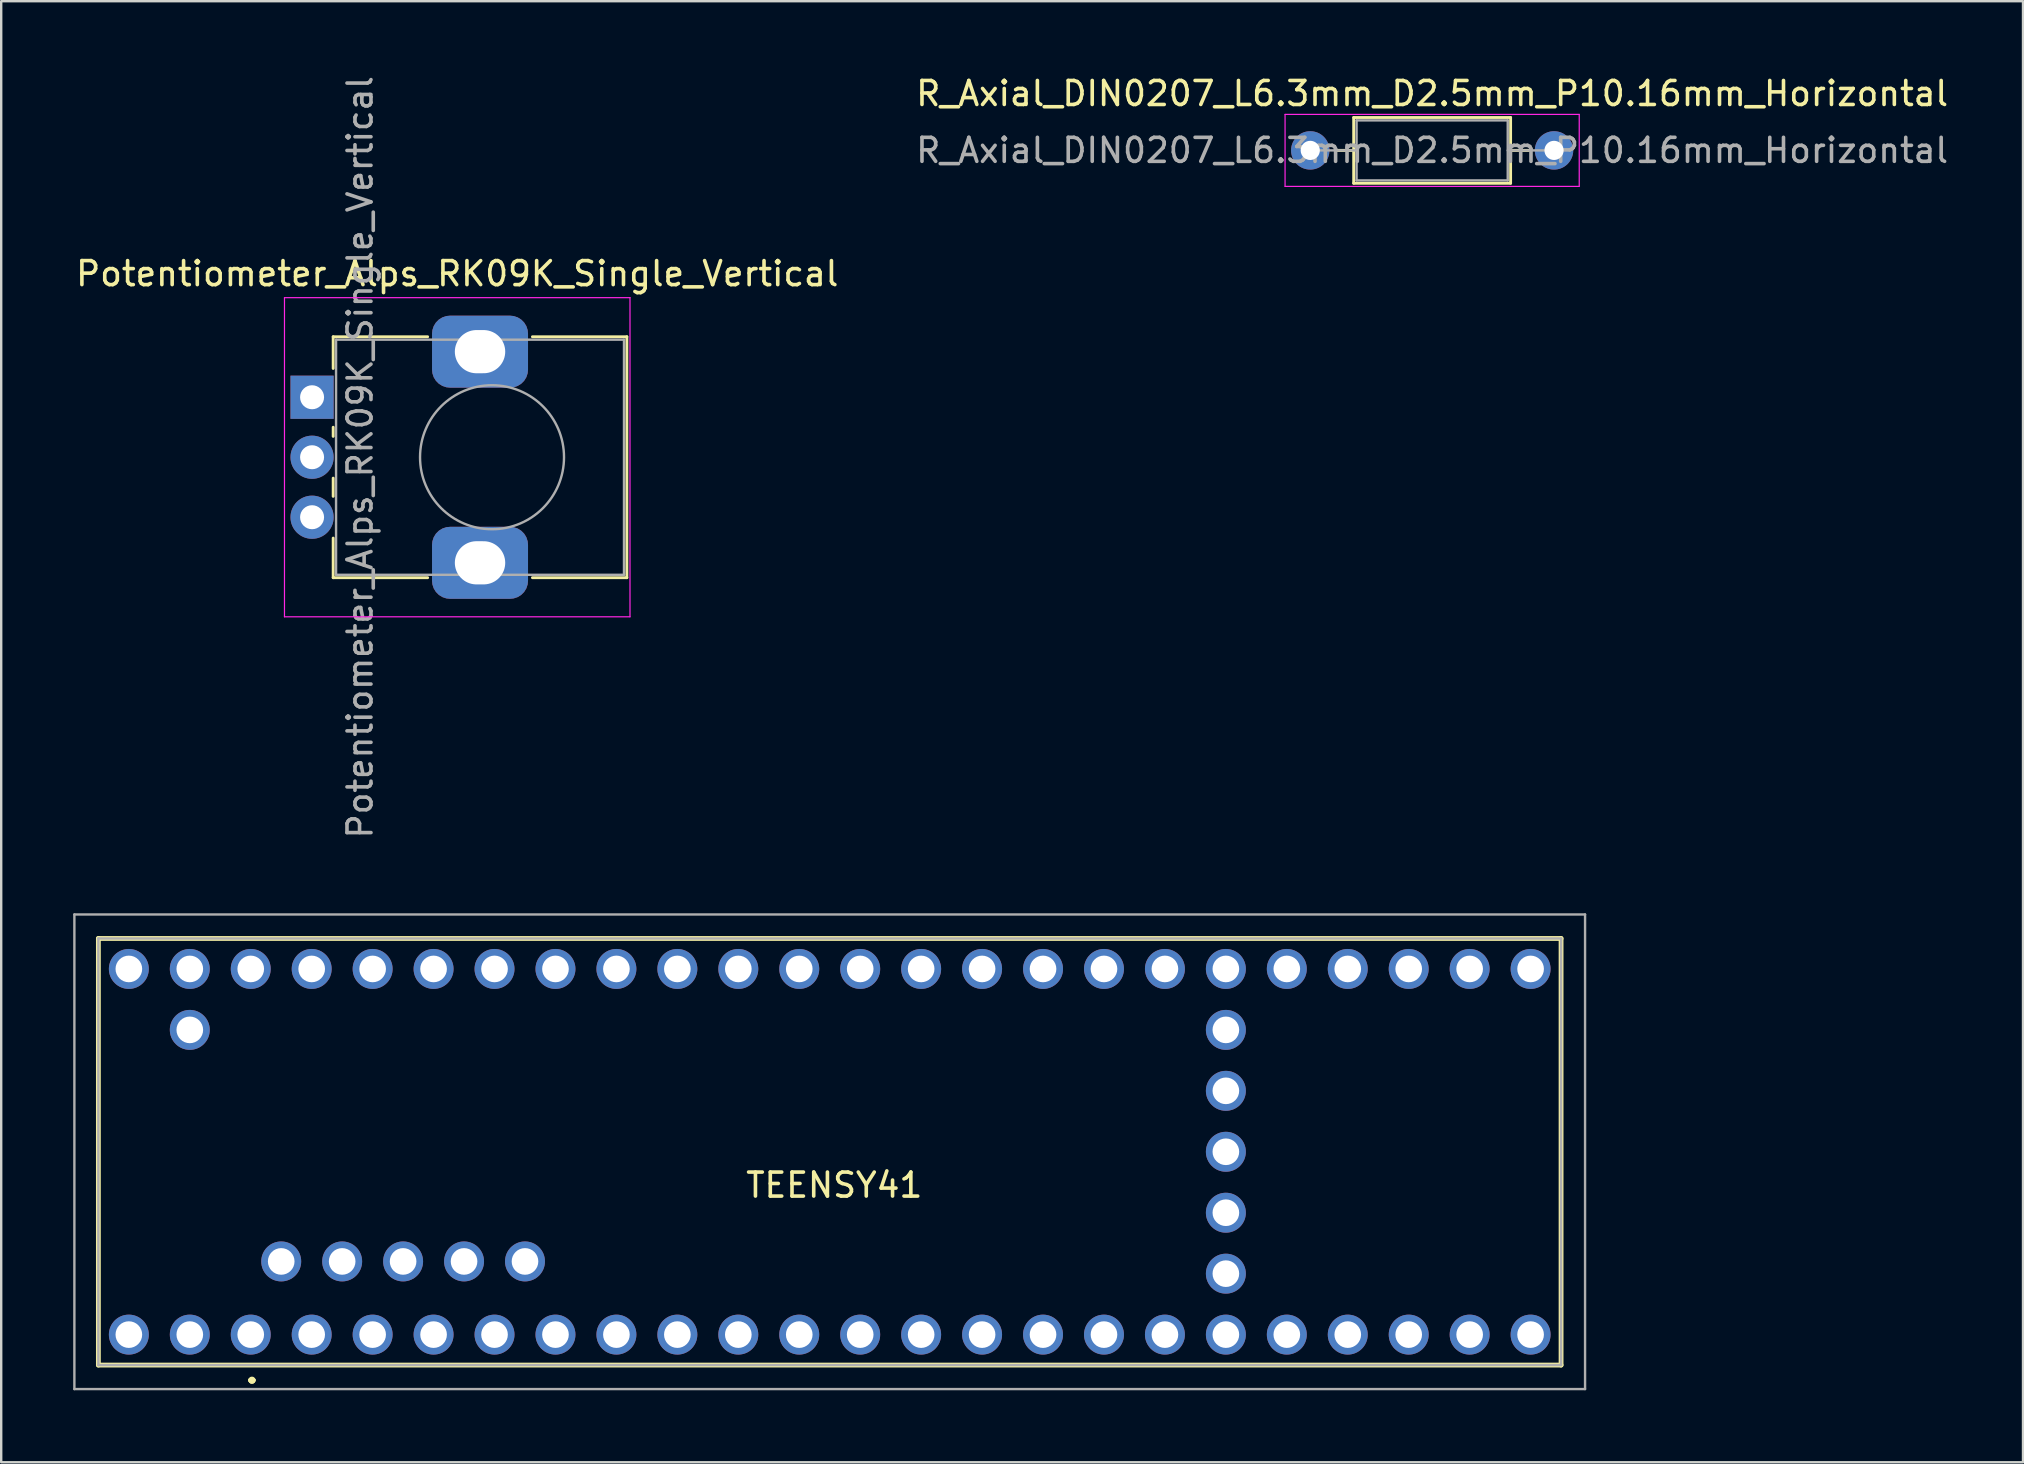
<source format=kicad_pcb>
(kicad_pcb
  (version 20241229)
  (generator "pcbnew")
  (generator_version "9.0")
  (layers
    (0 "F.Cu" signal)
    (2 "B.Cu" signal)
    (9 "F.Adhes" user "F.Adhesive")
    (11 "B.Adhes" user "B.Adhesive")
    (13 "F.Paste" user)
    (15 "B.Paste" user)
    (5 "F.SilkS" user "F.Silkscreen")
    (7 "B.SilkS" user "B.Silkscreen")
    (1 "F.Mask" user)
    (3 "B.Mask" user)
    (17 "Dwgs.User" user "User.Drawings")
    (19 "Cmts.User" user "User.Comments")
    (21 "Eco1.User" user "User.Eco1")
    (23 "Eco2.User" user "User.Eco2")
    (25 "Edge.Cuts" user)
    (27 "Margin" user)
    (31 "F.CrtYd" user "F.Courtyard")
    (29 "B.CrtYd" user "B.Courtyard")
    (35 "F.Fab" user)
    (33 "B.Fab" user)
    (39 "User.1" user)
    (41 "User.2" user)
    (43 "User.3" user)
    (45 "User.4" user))
  (footprint "R_Axial_DIN0207_L6.3mm_D2.5mm_P10.16mm_Horizontal"
    (layer "F.Cu")
    (at 51.557 3.218)
    (property "Reference" "R_Axial_DIN0207_L6.3mm_D2.5mm_P10.16mm_Horizontal" (at 5.08 -2.37 0) (layer "F.SilkS") (effects (font (size 1 1) (thickness 0.15))))
    (attr through_hole)
    (fp_line (start 1.04 0) (end 1.81 0) (stroke (width 0.12) (type solid)) (layer "F.SilkS"))
    (fp_line (start 1.81 -1.37) (end 1.81 1.37) (stroke (width 0.12) (type solid)) (layer "F.SilkS"))
    (fp_line (start 1.81 1.37) (end 8.35 1.37) (stroke (width 0.12) (type solid)) (layer "F.SilkS"))
    (fp_line (start 8.35 -1.37) (end 1.81 -1.37) (stroke (width 0.12) (type solid)) (layer "F.SilkS"))
    (fp_line (start 8.35 1.37) (end 8.35 -1.37) (stroke (width 0.12) (type solid)) (layer "F.SilkS"))
    (fp_line (start 9.12 0) (end 8.35 0) (stroke (width 0.12) (type solid)) (layer "F.SilkS"))
    (fp_line (start -1.05 -1.5) (end -1.05 1.5) (stroke (width 0.05) (type solid)) (layer "F.CrtYd"))
    (fp_line (start -1.05 1.5) (end 11.21 1.5) (stroke (width 0.05) (type solid)) (layer "F.CrtYd"))
    (fp_line (start 11.21 -1.5) (end -1.05 -1.5) (stroke (width 0.05) (type solid)) (layer "F.CrtYd"))
    (fp_line (start 11.21 1.5) (end 11.21 -1.5) (stroke (width 0.05) (type solid)) (layer "F.CrtYd"))
    (fp_line (start 0 0) (end 1.93 0) (stroke (width 0.1) (type solid)) (layer "F.Fab"))
    (fp_line (start 1.93 -1.25) (end 1.93 1.25) (stroke (width 0.1) (type solid)) (layer "F.Fab"))
    (fp_line (start 1.93 1.25) (end 8.23 1.25) (stroke (width 0.1) (type solid)) (layer "F.Fab"))
    (fp_line (start 8.23 -1.25) (end 1.93 -1.25) (stroke (width 0.1) (type solid)) (layer "F.Fab"))
    (fp_line (start 8.23 1.25) (end 8.23 -1.25) (stroke (width 0.1) (type solid)) (layer "F.Fab"))
    (fp_line (start 10.16 0) (end 8.23 0) (stroke (width 0.1) (type solid)) (layer "F.Fab"))
    (fp_text user "${REFERENCE}" (at 5.08 0 0) (layer "F.Fab") (effects (font (size 1 1) (thickness 0.15))))
    (pad "1" thru_hole circle (at 0 0) (size 1.6 1.6) (drill 0.8) (layers "*.Cu" "*.Mask"))
    (pad "2" thru_hole oval (at 10.16 0) (size 1.6 1.6) (drill 0.8) (layers "*.Cu" "*.Mask")))
  (footprint "Potentiometer_Alps_RK09K_Single_Vertical"
    (layer "F.Cu")
    (at 9.956 13.506)
    (property "Reference" "Potentiometer_Alps_RK09K_Single_Vertical" (at 6.05 -5.15 0) (layer "F.SilkS") (effects (font (size 1 1) (thickness 0.15))))
    (attr through_hole)
    (fp_line (start 0.88 -2.521) (end 0.88 -1.2) (stroke (width 0.12) (type solid)) (layer "F.SilkS"))
    (fp_line (start 0.88 -2.521) (end 4.817 -2.521) (stroke (width 0.12) (type solid)) (layer "F.SilkS"))
    (fp_line (start 0.88 1.25) (end 0.88 1.63) (stroke (width 0.12) (type solid)) (layer "F.SilkS"))
    (fp_line (start 0.88 3.371) (end 0.88 4.13) (stroke (width 0.12) (type solid)) (layer "F.SilkS"))
    (fp_line (start 0.88 5.87) (end 0.88 7.52) (stroke (width 0.12) (type solid)) (layer "F.SilkS"))
    (fp_line (start 0.88 7.52) (end 4.817 7.52) (stroke (width 0.12) (type solid)) (layer "F.SilkS"))
    (fp_line (start 9.184 -2.521) (end 13.12 -2.521) (stroke (width 0.12) (type solid)) (layer "F.SilkS"))
    (fp_line (start 9.184 7.52) (end 13.12 7.52) (stroke (width 0.12) (type solid)) (layer "F.SilkS"))
    (fp_line (start 13.12 -2.521) (end 13.12 7.52) (stroke (width 0.12) (type solid)) (layer "F.SilkS"))
    (fp_line (start -1.15 -4.15) (end -1.15 9.15) (stroke (width 0.05) (type solid)) (layer "F.CrtYd"))
    (fp_line (start -1.15 9.15) (end 13.25 9.15) (stroke (width 0.05) (type solid)) (layer "F.CrtYd"))
    (fp_line (start 13.25 -4.15) (end -1.15 -4.15) (stroke (width 0.05) (type solid)) (layer "F.CrtYd"))
    (fp_line (start 13.25 9.15) (end 13.25 -4.15) (stroke (width 0.05) (type solid)) (layer "F.CrtYd"))
    (fp_line (start 1 -2.4) (end 1 7.4) (stroke (width 0.1) (type solid)) (layer "F.Fab"))
    (fp_line (start 1 7.4) (end 13 7.4) (stroke (width 0.1) (type solid)) (layer "F.Fab"))
    (fp_line (start 13 -2.4) (end 1 -2.4) (stroke (width 0.1) (type solid)) (layer "F.Fab"))
    (fp_line (start 13 7.4) (end 13 -2.4) (stroke (width 0.1) (type solid)) (layer "F.Fab"))
    (fp_circle (center 7.5 2.5) (end 10.5 2.5) (stroke (width 0.1) (type solid)) (fill no) (layer "F.Fab"))
    (fp_text user "${REFERENCE}" (at 2 2.5 270) (layer "F.Fab") (effects (font (size 1 1) (thickness 0.15))))
    (pad "1" thru_hole rect (at 0 0) (size 1.8 1.8) (drill 1) (layers "*.Cu" "*.Mask"))
    (pad "2" thru_hole circle (at 0 2.5) (size 1.8 1.8) (drill 1) (layers "*.Cu" "*.Mask"))
    (pad "3" thru_hole circle (at 0 5) (size 1.8 1.8) (drill 1) (layers "*.Cu" "*.Mask"))
    (pad "MP" thru_hole roundrect (at 7 -1.9) (size 4 3) (drill oval 2.1 1.8) (layers "*.Cu" "*.Mask") (roundrect_rratio 0.25))
    (pad "MP" thru_hole roundrect (at 7 6.9) (size 4 3) (drill oval 2.1 1.8) (layers "*.Cu" "*.Mask") (roundrect_rratio 0.25)))
  (footprint "TEENSY41"
    (layer "F.Cu")
    (at 7.4 52.572)
    (property "Reference" "TEENSY41" (at 24.32 -6.23 0) (layer "F.SilkS") (effects (font (size 1 1) (thickness 0.15))))
    (attr through_hole)
    (fp_line (start -6.35 -16.51) (end -6.35 1.27) (stroke (width 0.2) (type solid)) (layer "F.SilkS"))
    (fp_line (start -6.35 1.27) (end 54.61 1.27) (stroke (width 0.2) (type solid)) (layer "F.SilkS"))
    (fp_line (start 0 1.9) (end 0 1.9) (stroke (width 0.2) (type solid)) (layer "F.SilkS"))
    (fp_line (start 0 1.9) (end 0 1.9) (stroke (width 0.2) (type solid)) (layer "F.SilkS"))
    (fp_line (start 0.1 1.9) (end 0.1 1.9) (stroke (width 0.2) (type solid)) (layer "F.SilkS"))
    (fp_line (start 54.61 -16.51) (end -6.35 -16.51) (stroke (width 0.2) (type solid)) (layer "F.SilkS"))
    (fp_line (start 54.61 1.27) (end 54.61 -16.51) (stroke (width 0.2) (type solid)) (layer "F.SilkS"))
    (fp_arc (start 0 1.9) (mid 0.05 1.85) (end 0.1 1.9) (stroke (width 0.2) (type solid)) (layer "F.SilkS"))
    (fp_arc (start 0.1 1.9) (mid 0.05 1.95) (end 0 1.9) (stroke (width 0.2) (type solid)) (layer "F.SilkS"))
    (fp_arc (start 0.1 1.9) (mid 0.05 1.95) (end 0 1.9) (stroke (width 0.2) (type solid)) (layer "F.SilkS"))
    (fp_line (start -7.35 -17.51) (end 55.61 -17.51) (stroke (width 0.1) (type solid)) (layer "F.Fab"))
    (fp_line (start -7.35 2.27) (end -7.35 -17.51) (stroke (width 0.1) (type solid)) (layer "F.Fab"))
    (fp_line (start -6.35 -16.51) (end -6.35 1.27) (stroke (width 0.1) (type solid)) (layer "F.Fab"))
    (fp_line (start -6.35 1.27) (end 54.61 1.27) (stroke (width 0.1) (type solid)) (layer "F.Fab"))
    (fp_line (start 54.61 -16.51) (end -6.35 -16.51) (stroke (width 0.1) (type solid)) (layer "F.Fab"))
    (fp_line (start 54.61 1.27) (end 54.61 -16.51) (stroke (width 0.1) (type solid)) (layer "F.Fab"))
    (fp_line (start 55.61 -17.51) (end 55.61 2.27) (stroke (width 0.1) (type solid)) (layer "F.Fab"))
    (fp_line (start 55.61 2.27) (end -7.35 2.27) (stroke (width 0.1) (type solid)) (layer "F.Fab"))
    (pad "1" thru_hole circle (at 0 0 180) (size 1.665 1.665) (drill 1.11) (layers "*.Cu" "*.Mask"))
    (pad "2" thru_hole circle (at 2.54 0 180) (size 1.665 1.665) (drill 1.11) (layers "*.Cu" "*.Mask"))
    (pad "3" thru_hole circle (at 5.08 0 180) (size 1.665 1.665) (drill 1.11) (layers "*.Cu" "*.Mask"))
    (pad "4" thru_hole circle (at 7.62 0 180) (size 1.665 1.665) (drill 1.11) (layers "*.Cu" "*.Mask"))
    (pad "5" thru_hole circle (at 10.16 0 180) (size 1.665 1.665) (drill 1.11) (layers "*.Cu" "*.Mask"))
    (pad "6" thru_hole circle (at 12.7 0 180) (size 1.665 1.665) (drill 1.11) (layers "*.Cu" "*.Mask"))
    (pad "7" thru_hole circle (at 15.24 0 180) (size 1.665 1.665) (drill 1.11) (layers "*.Cu" "*.Mask"))
    (pad "8" thru_hole circle (at 17.78 0 180) (size 1.665 1.665) (drill 1.11) (layers "*.Cu" "*.Mask"))
    (pad "9" thru_hole circle (at 20.32 0 180) (size 1.665 1.665) (drill 1.11) (layers "*.Cu" "*.Mask"))
    (pad "10" thru_hole circle (at 22.86 0 180) (size 1.665 1.665) (drill 1.11) (layers "*.Cu" "*.Mask"))
    (pad "11" thru_hole circle (at 25.4 0 180) (size 1.665 1.665) (drill 1.11) (layers "*.Cu" "*.Mask"))
    (pad "12" thru_hole circle (at 27.94 0 180) (size 1.665 1.665) (drill 1.11) (layers "*.Cu" "*.Mask"))
    (pad "13" thru_hole circle (at 27.94 -15.24 180) (size 1.665 1.665) (drill 1.11) (layers "*.Cu" "*.Mask"))
    (pad "14" thru_hole circle (at 25.4 -15.24 180) (size 1.665 1.665) (drill 1.11) (layers "*.Cu" "*.Mask"))
    (pad "15" thru_hole circle (at 22.86 -15.24 180) (size 1.665 1.665) (drill 1.11) (layers "*.Cu" "*.Mask"))
    (pad "16" thru_hole circle (at 20.32 -15.24 180) (size 1.665 1.665) (drill 1.11) (layers "*.Cu" "*.Mask"))
    (pad "17" thru_hole circle (at 17.78 -15.24 180) (size 1.665 1.665) (drill 1.11) (layers "*.Cu" "*.Mask"))
    (pad "18" thru_hole circle (at 15.24 -15.24 180) (size 1.665 1.665) (drill 1.11) (layers "*.Cu" "*.Mask"))
    (pad "19" thru_hole circle (at 12.7 -15.24 180) (size 1.665 1.665) (drill 1.11) (layers "*.Cu" "*.Mask"))
    (pad "20" thru_hole circle (at 10.16 -15.24 180) (size 1.665 1.665) (drill 1.11) (layers "*.Cu" "*.Mask"))
    (pad "21" thru_hole circle (at 7.62 -15.24 180) (size 1.665 1.665) (drill 1.11) (layers "*.Cu" "*.Mask"))
    (pad "22" thru_hole circle (at 5.08 -15.24 180) (size 1.665 1.665) (drill 1.11) (layers "*.Cu" "*.Mask"))
    (pad "23" thru_hole circle (at 2.54 -15.24 180) (size 1.665 1.665) (drill 1.11) (layers "*.Cu" "*.Mask"))
    (pad "24" thru_hole circle (at 33.02 0 180) (size 1.665 1.665) (drill 1.11) (layers "*.Cu" "*.Mask"))
    (pad "25" thru_hole circle (at 35.56 0 180) (size 1.665 1.665) (drill 1.11) (layers "*.Cu" "*.Mask"))
    (pad "26" thru_hole circle (at 38.1 0 180) (size 1.665 1.665) (drill 1.11) (layers "*.Cu" "*.Mask"))
    (pad "27" thru_hole circle (at 40.64 0 180) (size 1.665 1.665) (drill 1.11) (layers "*.Cu" "*.Mask"))
    (pad "28" thru_hole circle (at 43.18 0 180) (size 1.665 1.665) (drill 1.11) (layers "*.Cu" "*.Mask"))
    (pad "29" thru_hole circle (at 45.72 0 180) (size 1.665 1.665) (drill 1.11) (layers "*.Cu" "*.Mask"))
    (pad "30" thru_hole circle (at 48.26 0 180) (size 1.665 1.665) (drill 1.11) (layers "*.Cu" "*.Mask"))
    (pad "31" thru_hole circle (at 50.8 0 180) (size 1.665 1.665) (drill 1.11) (layers "*.Cu" "*.Mask"))
    (pad "32" thru_hole circle (at 53.34 0 180) (size 1.665 1.665) (drill 1.11) (layers "*.Cu" "*.Mask"))
    (pad "33" thru_hole circle (at 53.34 -15.24 180) (size 1.665 1.665) (drill 1.11) (layers "*.Cu" "*.Mask"))
    (pad "34" thru_hole circle (at 50.8 -15.24 180) (size 1.665 1.665) (drill 1.11) (layers "*.Cu" "*.Mask"))
    (pad "35" thru_hole circle (at 48.26 -15.24 180) (size 1.665 1.665) (drill 1.11) (layers "*.Cu" "*.Mask"))
    (pad "36" thru_hole circle (at 45.72 -15.24 180) (size 1.665 1.665) (drill 1.11) (layers "*.Cu" "*.Mask"))
    (pad "37" thru_hole circle (at 43.18 -15.24 180) (size 1.665 1.665) (drill 1.11) (layers "*.Cu" "*.Mask"))
    (pad "38" thru_hole circle (at 40.64 -15.24 180) (size 1.665 1.665) (drill 1.11) (layers "*.Cu" "*.Mask"))
    (pad "39" thru_hole circle (at 38.1 -15.24 180) (size 1.665 1.665) (drill 1.11) (layers "*.Cu" "*.Mask"))
    (pad "40" thru_hole circle (at 35.56 -15.24 180) (size 1.665 1.665) (drill 1.11) (layers "*.Cu" "*.Mask"))
    (pad "41" thru_hole circle (at 33.02 -15.24 180) (size 1.665 1.665) (drill 1.11) (layers "*.Cu" "*.Mask"))
    (pad "42" thru_hole circle (at 30.48 0 180) (size 1.665 1.665) (drill 1.11) (layers "*.Cu" "*.Mask"))
    (pad "43" thru_hole circle (at 40.64 -2.54 180) (size 1.665 1.665) (drill 1.11) (layers "*.Cu" "*.Mask"))
    (pad "44" thru_hole circle (at 40.64 -5.08 180) (size 1.665 1.665) (drill 1.11) (layers "*.Cu" "*.Mask"))
    (pad "45" thru_hole circle (at 40.64 -7.62 180) (size 1.665 1.665) (drill 1.11) (layers "*.Cu" "*.Mask"))
    (pad "46" thru_hole circle (at 40.64 -10.16 180) (size 1.665 1.665) (drill 1.11) (layers "*.Cu" "*.Mask"))
    (pad "47" thru_hole circle (at 40.64 -12.7 180) (size 1.665 1.665) (drill 1.11) (layers "*.Cu" "*.Mask"))
    (pad "48" thru_hole circle (at 11.43 -3.05 180) (size 1.665 1.665) (drill 1.11) (layers "*.Cu" "*.Mask"))
    (pad "49" thru_hole circle (at 8.89 -3.05 180) (size 1.665 1.665) (drill 1.11) (layers "*.Cu" "*.Mask"))
    (pad "50" thru_hole circle (at 6.35 -3.05 180) (size 1.665 1.665) (drill 1.11) (layers "*.Cu" "*.Mask"))
    (pad "51" thru_hole circle (at 3.81 -3.05 180) (size 1.665 1.665) (drill 1.11) (layers "*.Cu" "*.Mask"))
    (pad "52" thru_hole circle (at 1.27 -3.05 180) (size 1.665 1.665) (drill 1.11) (layers "*.Cu" "*.Mask"))
    (pad "53" thru_hole circle (at 0 -15.24 180) (size 1.665 1.665) (drill 1.11) (layers "*.Cu" "*.Mask"))
    (pad "55" thru_hole circle (at -5.08 -15.24 180) (size 1.665 1.665) (drill 1.11) (layers "*.Cu" "*.Mask"))
    (pad "57" thru_hole circle (at -2.54 0 180) (size 1.665 1.665) (drill 1.11) (layers "*.Cu" "*.Mask"))
    (pad "68" thru_hole circle (at -2.54 -12.7 180) (size 1.665 1.665) (drill 1.11) (layers "*.Cu" "*.Mask"))
    (pad "69" thru_hole circle (at 30.48 -15.24 180) (size 1.665 1.665) (drill 1.11) (layers "*.Cu" "*.Mask"))
    (pad "70" thru_hole circle (at -2.54 -15.24 180) (size 1.665 1.665) (drill 1.11) (layers "*.Cu" "*.Mask"))
    (pad "71" thru_hole circle (at -5.08 0 180) (size 1.665 1.665) (drill 1.11) (layers "*.Cu" "*.Mask")))
  (gr_rect
    (start -3 -3)
    (end 81.262 57.892)
    (stroke (width 0.1) (type default))
    (fill no)
    (layer "Edge.Cuts")))
</source>
